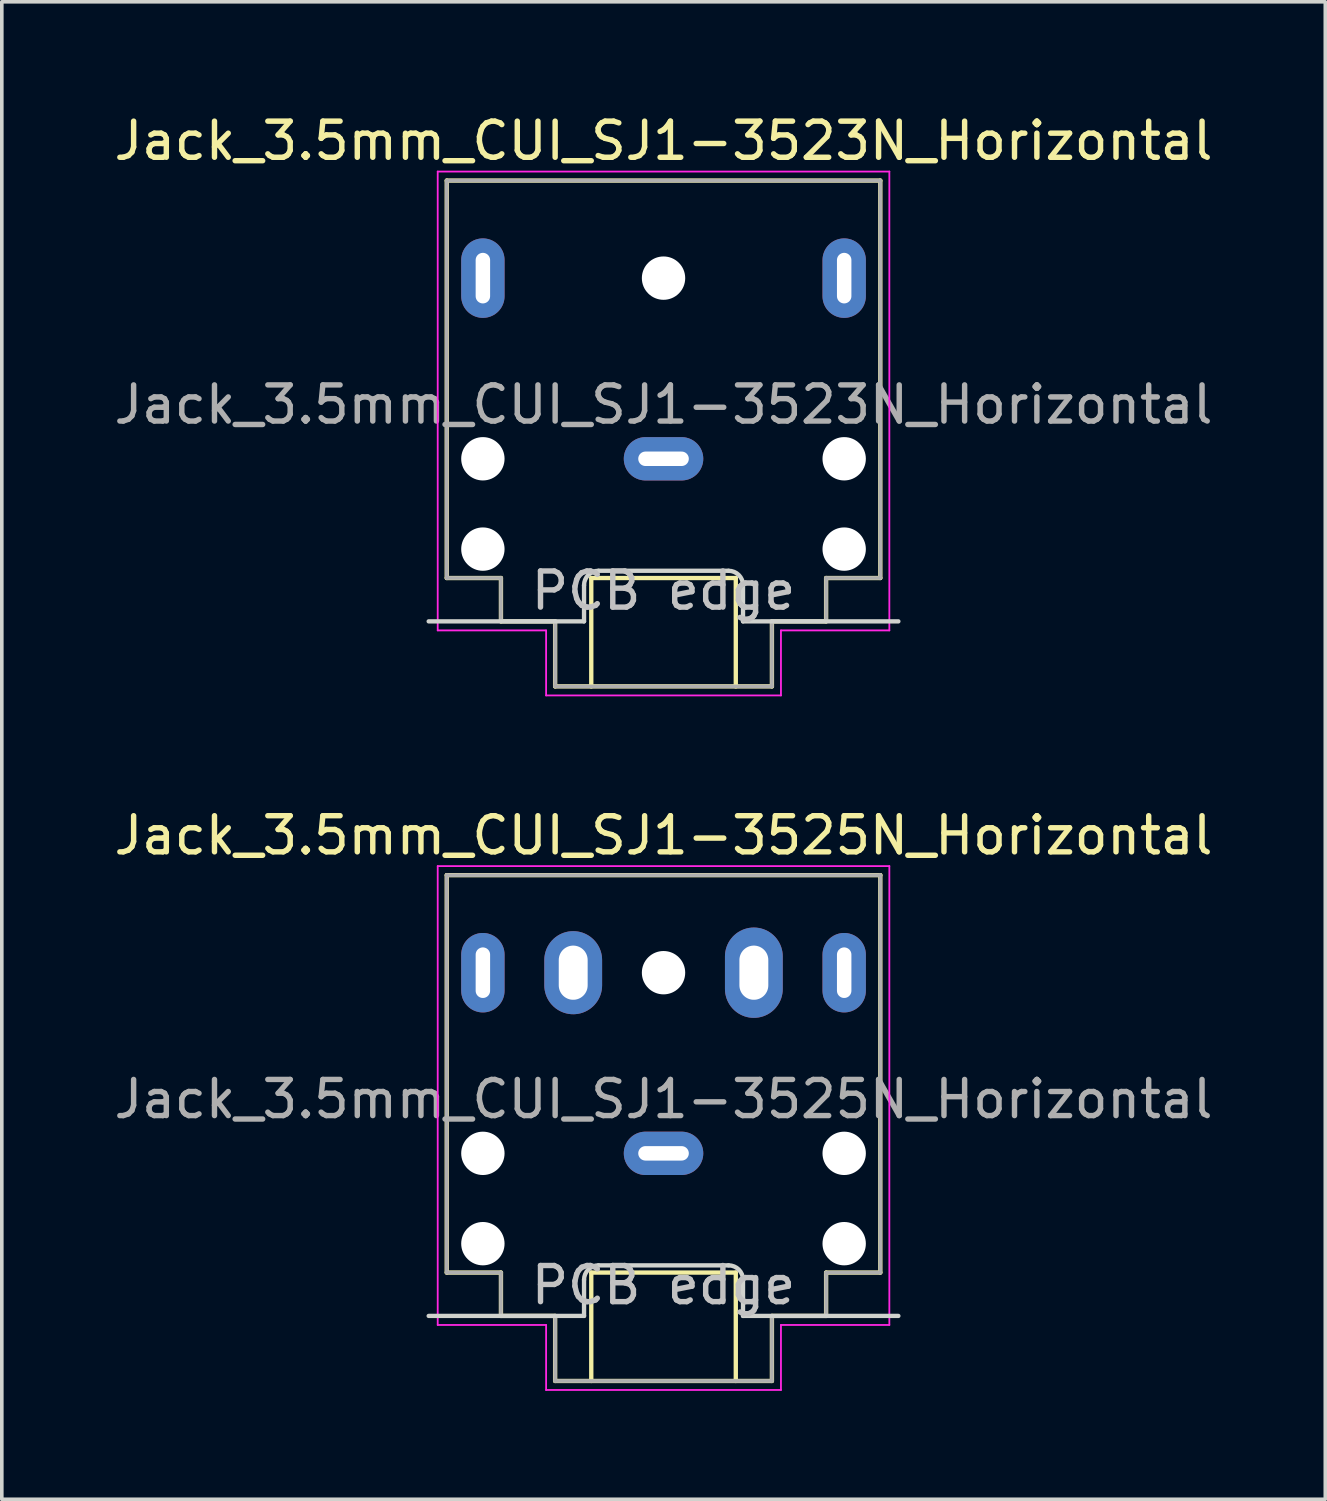
<source format=kicad_pcb>
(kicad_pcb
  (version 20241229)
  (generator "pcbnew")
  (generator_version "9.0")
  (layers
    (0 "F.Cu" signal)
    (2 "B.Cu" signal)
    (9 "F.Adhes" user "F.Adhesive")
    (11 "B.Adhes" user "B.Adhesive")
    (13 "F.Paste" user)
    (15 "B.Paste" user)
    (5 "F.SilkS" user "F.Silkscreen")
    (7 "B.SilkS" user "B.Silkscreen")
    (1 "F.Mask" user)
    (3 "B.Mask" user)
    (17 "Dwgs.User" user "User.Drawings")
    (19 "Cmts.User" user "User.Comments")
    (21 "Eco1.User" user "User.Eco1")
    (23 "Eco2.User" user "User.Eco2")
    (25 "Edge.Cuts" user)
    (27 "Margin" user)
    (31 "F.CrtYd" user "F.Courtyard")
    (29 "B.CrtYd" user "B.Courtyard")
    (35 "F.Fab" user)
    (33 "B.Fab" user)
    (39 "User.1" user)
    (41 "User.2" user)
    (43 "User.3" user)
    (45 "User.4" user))
  (footprint "Jack_3.5mm_CUI_SJ1-3525N_Horizontal"
    (layer "F.Cu")
    (at 15.315 28.872)
    (property "Reference" "Jack_3.5mm_CUI_SJ1-3525N_Horizontal" (at 0 -8.8 0) (layer "F.SilkS") (effects (font (size 1 1) (thickness 0.15))))
    (attr through_hole exclude_from_pos_files exclude_from_bom)
    (fp_line (start -6 -7.7) (end 6 -7.7) (stroke (width 0.12) (type solid)) (layer "F.SilkS"))
    (fp_line (start -6 3.3) (end -6 -7.7) (stroke (width 0.12) (type solid)) (layer "F.SilkS"))
    (fp_line (start -4.5 3.3) (end -6 3.3) (stroke (width 0.12) (type solid)) (layer "F.SilkS"))
    (fp_line (start -4.5 4.5) (end -4.5 3.3) (stroke (width 0.12) (type solid)) (layer "F.SilkS"))
    (fp_line (start -3 4.5) (end -4.5 4.5) (stroke (width 0.12) (type solid)) (layer "F.SilkS"))
    (fp_line (start -3 6.3) (end -3 4.5) (stroke (width 0.12) (type solid)) (layer "F.SilkS"))
    (fp_line (start -2 3.3) (end -2 6.3) (stroke (width 0.12) (type solid)) (layer "F.SilkS"))
    (fp_line (start 2 3.3) (end -2 3.3) (stroke (width 0.12) (type solid)) (layer "F.SilkS"))
    (fp_line (start 2 6.3) (end 2 3.3) (stroke (width 0.12) (type solid)) (layer "F.SilkS"))
    (fp_line (start 3 4.5) (end 3 6.3) (stroke (width 0.12) (type solid)) (layer "F.SilkS"))
    (fp_line (start 3 6.3) (end -3 6.3) (stroke (width 0.12) (type solid)) (layer "F.SilkS"))
    (fp_line (start 4.5 3.3) (end 4.5 4.5) (stroke (width 0.12) (type solid)) (layer "F.SilkS"))
    (fp_line (start 4.5 4.5) (end 3 4.5) (stroke (width 0.12) (type solid)) (layer "F.SilkS"))
    (fp_line (start 6 -7.7) (end 6 3.3) (stroke (width 0.12) (type solid)) (layer "F.SilkS"))
    (fp_line (start 6 3.3) (end 4.5 3.3) (stroke (width 0.12) (type solid)) (layer "F.SilkS"))
    (fp_line (start -2.2 3.5) (end -2.2 4.5) (stroke (width 0.12) (type solid)) (layer "Edge.Cuts"))
    (fp_line (start -2.2 4.5) (end -6.5 4.5) (stroke (width 0.12) (type solid)) (layer "Edge.Cuts"))
    (fp_line (start 1.8 3.1) (end -1.8 3.1) (stroke (width 0.12) (type solid)) (layer "Edge.Cuts"))
    (fp_line (start 2.2 3.5) (end 2.2 4.5) (stroke (width 0.12) (type solid)) (layer "Edge.Cuts"))
    (fp_line (start 2.2 4.5) (end 6.5 4.5) (stroke (width 0.12) (type solid)) (layer "Edge.Cuts"))
    (fp_arc (start -2.2 3.5) (mid -2.082842 3.217158) (end -1.8 3.1) (stroke (width 0.12) (type solid)) (layer "Edge.Cuts"))
    (fp_arc (start 1.8 3.1) (mid 2.082843 3.217157) (end 2.2 3.5) (stroke (width 0.12) (type solid)) (layer "Edge.Cuts"))
    (fp_line (start -6.25 -7.95) (end -6.25 4.75) (stroke (width 0.05) (type solid)) (layer "F.CrtYd"))
    (fp_line (start -6.25 4.75) (end -3.25 4.75) (stroke (width 0.05) (type solid)) (layer "F.CrtYd"))
    (fp_line (start -3.25 4.75) (end -3.25 6.55) (stroke (width 0.05) (type solid)) (layer "F.CrtYd"))
    (fp_line (start -3.25 6.55) (end 3.25 6.55) (stroke (width 0.05) (type solid)) (layer "F.CrtYd"))
    (fp_line (start 3.25 4.75) (end 6.25 4.75) (stroke (width 0.05) (type solid)) (layer "F.CrtYd"))
    (fp_line (start 3.25 6.55) (end 3.25 4.75) (stroke (width 0.05) (type solid)) (layer "F.CrtYd"))
    (fp_line (start 6.25 -7.95) (end -6.25 -7.95) (stroke (width 0.05) (type solid)) (layer "F.CrtYd"))
    (fp_line (start 6.25 4.5) (end 6.25 -7.95) (stroke (width 0.05) (type solid)) (layer "F.CrtYd"))
    (fp_line (start 6.25 4.75) (end 6.25 4.5) (stroke (width 0.05) (type solid)) (layer "F.CrtYd"))
    (fp_line (start -6 -7.7) (end 6 -7.7) (stroke (width 0.1) (type solid)) (layer "F.Fab"))
    (fp_line (start -6 3.3) (end -6 -7.7) (stroke (width 0.1) (type solid)) (layer "F.Fab"))
    (fp_line (start -4.5 3.3) (end -6 3.3) (stroke (width 0.1) (type solid)) (layer "F.Fab"))
    (fp_line (start -4.5 4.5) (end -4.5 3.3) (stroke (width 0.1) (type solid)) (layer "F.Fab"))
    (fp_line (start -4.5 4.5) (end -3 4.5) (stroke (width 0.1) (type solid)) (layer "F.Fab"))
    (fp_line (start -3 4.5) (end -3 6.3) (stroke (width 0.1) (type solid)) (layer "F.Fab"))
    (fp_line (start -3 6.3) (end 3 6.3) (stroke (width 0.1) (type solid)) (layer "F.Fab"))
    (fp_line (start 3 4.5) (end 3 6.3) (stroke (width 0.1) (type solid)) (layer "F.Fab"))
    (fp_line (start 4.5 3.3) (end 6 3.3) (stroke (width 0.1) (type solid)) (layer "F.Fab"))
    (fp_line (start 4.5 4.5) (end 3 4.5) (stroke (width 0.1) (type solid)) (layer "F.Fab"))
    (fp_line (start 4.5 4.5) (end 4.5 3.3) (stroke (width 0.1) (type solid)) (layer "F.Fab"))
    (fp_line (start 6 3.3) (end 6 -7.7) (stroke (width 0.1) (type solid)) (layer "F.Fab"))
    (fp_text user "PCB edge" (at 0 3.65 0) (unlocked yes) (layer "Dwgs.User") (effects (font (size 1 1) (thickness 0.15))))
    (fp_text user "${REFERENCE}" (at 0 -1.5 0) (layer "F.Fab") (effects (font (size 1 1) (thickness 0.15))))
    (pad "" np_thru_hole circle (at -5 0) (size 1.2 1.2) (drill 1.2) (layers "*.Cu" "*.Mask"))
    (pad "" np_thru_hole circle (at -5 2.5) (size 1.2 1.2) (drill 1.2) (layers "*.Cu" "*.Mask"))
    (pad "" np_thru_hole circle (at 0 -5) (size 1.2 1.2) (drill 1.2) (layers "*.Cu" "*.Mask"))
    (pad "" np_thru_hole circle (at 5 0) (size 1.2 1.2) (drill 1.2) (layers "*.Cu" "*.Mask"))
    (pad "" np_thru_hole circle (at 5 2.5) (size 1.2 1.2) (drill 1.2) (layers "*.Cu" "*.Mask"))
    (pad "R" thru_hole oval (at -5 -5) (size 1.2 2.2) (drill oval 0.4 1.4) (layers "*.Cu" "*.Mask"))
    (pad "RN" thru_hole oval (at -2.5 -5) (size 1.6 2.3) (drill oval 0.8 1.5) (layers "*.Cu" "*.Mask"))
    (pad "S" thru_hole oval (at 0 0) (size 2.2 1.2) (drill oval 1.4 0.4) (layers "*.Cu" "*.Mask"))
    (pad "T" thru_hole oval (at 5 -5 180) (size 1.2 2.2) (drill oval 0.4 1.4) (layers "*.Cu" "*.Mask"))
    (pad "TN" thru_hole oval (at 2.5 -5 180) (size 1.6 2.5) (drill oval 0.8 1.5) (layers "*.Cu" "*.Mask")))
  (footprint "Jack_3.5mm_CUI_SJ1-3523N_Horizontal"
    (layer "F.Cu")
    (at 15.315 9.648)
    (property "Reference" "Jack_3.5mm_CUI_SJ1-3523N_Horizontal" (at 0 -8.8 0) (layer "F.SilkS") (effects (font (size 1 1) (thickness 0.15))))
    (attr through_hole exclude_from_pos_files exclude_from_bom)
    (fp_line (start -6 -7.7) (end 6 -7.7) (stroke (width 0.12) (type solid)) (layer "F.SilkS"))
    (fp_line (start -6 3.3) (end -6 -7.7) (stroke (width 0.12) (type solid)) (layer "F.SilkS"))
    (fp_line (start -4.5 3.3) (end -6 3.3) (stroke (width 0.12) (type solid)) (layer "F.SilkS"))
    (fp_line (start -4.5 4.5) (end -4.5 3.3) (stroke (width 0.12) (type solid)) (layer "F.SilkS"))
    (fp_line (start -3 4.5) (end -4.5 4.5) (stroke (width 0.12) (type solid)) (layer "F.SilkS"))
    (fp_line (start -3 6.3) (end -3 4.5) (stroke (width 0.12) (type solid)) (layer "F.SilkS"))
    (fp_line (start -2 3.3) (end -2 6.3) (stroke (width 0.12) (type solid)) (layer "F.SilkS"))
    (fp_line (start 2 3.3) (end -2 3.3) (stroke (width 0.12) (type solid)) (layer "F.SilkS"))
    (fp_line (start 2 6.3) (end 2 3.3) (stroke (width 0.12) (type solid)) (layer "F.SilkS"))
    (fp_line (start 3 4.5) (end 3 6.3) (stroke (width 0.12) (type solid)) (layer "F.SilkS"))
    (fp_line (start 3 6.3) (end -3 6.3) (stroke (width 0.12) (type solid)) (layer "F.SilkS"))
    (fp_line (start 4.5 3.3) (end 4.5 4.5) (stroke (width 0.12) (type solid)) (layer "F.SilkS"))
    (fp_line (start 4.5 4.5) (end 3 4.5) (stroke (width 0.12) (type solid)) (layer "F.SilkS"))
    (fp_line (start 6 -7.7) (end 6 3.3) (stroke (width 0.12) (type solid)) (layer "F.SilkS"))
    (fp_line (start 6 3.3) (end 4.5 3.3) (stroke (width 0.12) (type solid)) (layer "F.SilkS"))
    (fp_line (start -2.2 3.5) (end -2.2 4.5) (stroke (width 0.12) (type solid)) (layer "Edge.Cuts"))
    (fp_line (start -2.2 4.5) (end -6.5 4.5) (stroke (width 0.12) (type solid)) (layer "Edge.Cuts"))
    (fp_line (start 1.8 3.1) (end -1.8 3.1) (stroke (width 0.12) (type solid)) (layer "Edge.Cuts"))
    (fp_line (start 2.2 3.5) (end 2.2 4.5) (stroke (width 0.12) (type solid)) (layer "Edge.Cuts"))
    (fp_line (start 2.2 4.5) (end 6.5 4.5) (stroke (width 0.12) (type solid)) (layer "Edge.Cuts"))
    (fp_arc (start -2.2 3.5) (mid -2.082843 3.217158) (end -1.8 3.1) (stroke (width 0.12) (type solid)) (layer "Edge.Cuts"))
    (fp_arc (start 1.8 3.1) (mid 2.082843 3.217157) (end 2.2 3.5) (stroke (width 0.12) (type solid)) (layer "Edge.Cuts"))
    (fp_line (start -6.25 -7.95) (end -6.25 4.75) (stroke (width 0.05) (type solid)) (layer "F.CrtYd"))
    (fp_line (start -6.25 4.75) (end -3.25 4.75) (stroke (width 0.05) (type solid)) (layer "F.CrtYd"))
    (fp_line (start -3.25 4.75) (end -3.25 6.55) (stroke (width 0.05) (type solid)) (layer "F.CrtYd"))
    (fp_line (start -3.25 6.55) (end 3.25 6.55) (stroke (width 0.05) (type solid)) (layer "F.CrtYd"))
    (fp_line (start 3.25 4.75) (end 6.25 4.75) (stroke (width 0.05) (type solid)) (layer "F.CrtYd"))
    (fp_line (start 3.25 6.55) (end 3.25 4.75) (stroke (width 0.05) (type solid)) (layer "F.CrtYd"))
    (fp_line (start 6.25 -7.95) (end -6.25 -7.95) (stroke (width 0.05) (type solid)) (layer "F.CrtYd"))
    (fp_line (start 6.25 4.5) (end 6.25 -7.95) (stroke (width 0.05) (type solid)) (layer "F.CrtYd"))
    (fp_line (start 6.25 4.75) (end 6.25 4.5) (stroke (width 0.05) (type solid)) (layer "F.CrtYd"))
    (fp_line (start -6 -7.7) (end 6 -7.7) (stroke (width 0.1) (type solid)) (layer "F.Fab"))
    (fp_line (start -6 3.3) (end -6 -7.7) (stroke (width 0.1) (type solid)) (layer "F.Fab"))
    (fp_line (start -4.5 3.3) (end -6 3.3) (stroke (width 0.1) (type solid)) (layer "F.Fab"))
    (fp_line (start -4.5 4.5) (end -4.5 3.3) (stroke (width 0.1) (type solid)) (layer "F.Fab"))
    (fp_line (start -4.5 4.5) (end -3 4.5) (stroke (width 0.1) (type solid)) (layer "F.Fab"))
    (fp_line (start -3 4.5) (end -3 6.3) (stroke (width 0.1) (type solid)) (layer "F.Fab"))
    (fp_line (start -3 6.3) (end 3 6.3) (stroke (width 0.1) (type solid)) (layer "F.Fab"))
    (fp_line (start 3 4.5) (end 3 6.3) (stroke (width 0.1) (type solid)) (layer "F.Fab"))
    (fp_line (start 4.5 3.3) (end 6 3.3) (stroke (width 0.1) (type solid)) (layer "F.Fab"))
    (fp_line (start 4.5 4.5) (end 3 4.5) (stroke (width 0.1) (type solid)) (layer "F.Fab"))
    (fp_line (start 4.5 4.5) (end 4.5 3.3) (stroke (width 0.1) (type solid)) (layer "F.Fab"))
    (fp_line (start 6 3.3) (end 6 -7.7) (stroke (width 0.1) (type solid)) (layer "F.Fab"))
    (fp_text user "PCB edge" (at 0 3.65 0) (unlocked yes) (layer "Dwgs.User") (effects (font (size 1 1) (thickness 0.15))))
    (fp_text user "${REFERENCE}" (at 0 -1.5 0) (layer "F.Fab") (effects (font (size 1 1) (thickness 0.15))))
    (pad "" np_thru_hole circle (at -5 0) (size 1.2 1.2) (drill 1.2) (layers "*.Cu" "*.Mask"))
    (pad "" np_thru_hole circle (at -5 2.5) (size 1.2 1.2) (drill 1.2) (layers "*.Cu" "*.Mask"))
    (pad "" np_thru_hole circle (at 0 -5) (size 1.2 1.2) (drill 1.2) (layers "*.Cu" "*.Mask"))
    (pad "" np_thru_hole circle (at 5 0) (size 1.2 1.2) (drill 1.2) (layers "*.Cu" "*.Mask"))
    (pad "" np_thru_hole circle (at 5 2.5) (size 1.2 1.2) (drill 1.2) (layers "*.Cu" "*.Mask"))
    (pad "R" thru_hole oval (at -5 -5) (size 1.2 2.2) (drill oval 0.4 1.4) (layers "*.Cu" "*.Mask"))
    (pad "S" thru_hole oval (at 0 0) (size 2.2 1.2) (drill oval 1.4 0.4) (layers "*.Cu" "*.Mask"))
    (pad "T" thru_hole oval (at 5 -5 180) (size 1.2 2.2) (drill oval 0.4 1.4) (layers "*.Cu" "*.Mask")))
  (gr_rect
    (start -3 -3)
    (end 33.631 38.447)
    (stroke (width 0.1) (type default))
    (fill no)
    (layer "Edge.Cuts")))
</source>
